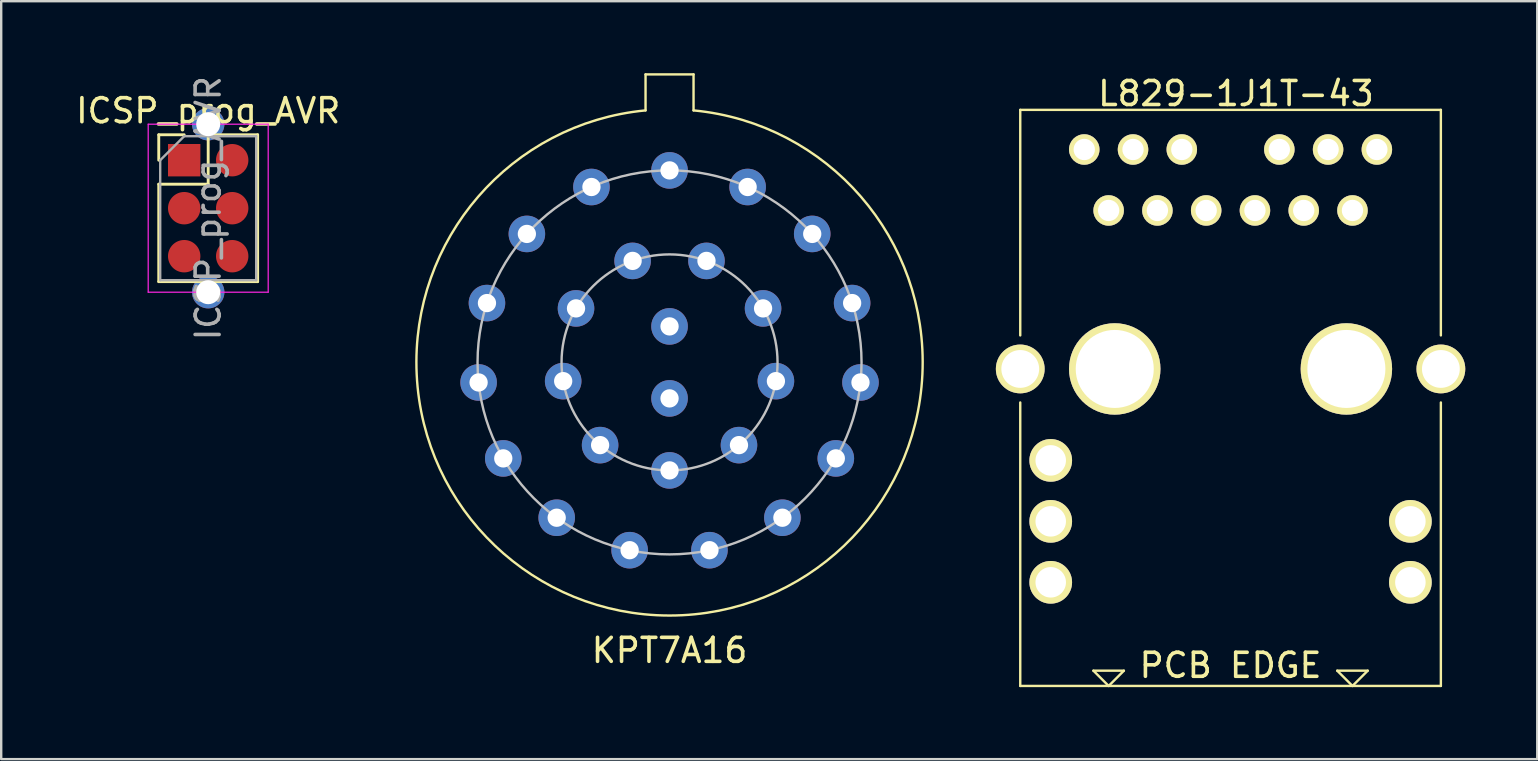
<source format=kicad_pcb>
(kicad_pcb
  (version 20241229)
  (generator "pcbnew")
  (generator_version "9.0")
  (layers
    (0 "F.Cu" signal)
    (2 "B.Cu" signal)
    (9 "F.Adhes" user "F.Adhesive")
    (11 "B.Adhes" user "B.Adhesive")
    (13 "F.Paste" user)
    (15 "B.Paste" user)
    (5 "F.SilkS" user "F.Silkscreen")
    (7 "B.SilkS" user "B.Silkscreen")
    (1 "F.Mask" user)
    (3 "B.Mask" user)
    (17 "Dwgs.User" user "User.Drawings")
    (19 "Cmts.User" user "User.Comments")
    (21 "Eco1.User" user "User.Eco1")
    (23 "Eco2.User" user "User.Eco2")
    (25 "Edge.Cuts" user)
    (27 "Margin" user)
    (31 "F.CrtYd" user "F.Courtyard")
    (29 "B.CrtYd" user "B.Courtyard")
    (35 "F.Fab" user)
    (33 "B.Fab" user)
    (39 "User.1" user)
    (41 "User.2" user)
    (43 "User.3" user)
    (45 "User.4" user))
  (footprint "L829-1J1T-43"
    (layer "F.Cu")
    (at 48.449 12.598)
    (property "Reference" "L829-1J1T-43" (at 0 -11.75 0) (layer "F.SilkS") (effects (font (size 1 1) (thickness 0.15))))
    (attr through_hole)
    (fp_line (start -8.988 -11.07) (end -8.988 -1.672) (stroke (width 0.1) (type solid)) (layer "F.SilkS"))
    (fp_line (start -8.988 12.933) (end -8.988 1.122) (stroke (width 0.1) (type solid)) (layer "F.SilkS"))
    (fp_line (start -5.94 12.298) (end -5.305 12.933) (stroke (width 0.1) (type solid)) (layer "F.SilkS"))
    (fp_line (start -5.305 12.933) (end -4.67 12.298) (stroke (width 0.1) (type solid)) (layer "F.SilkS"))
    (fp_line (start -4.67 12.298) (end -5.94 12.298) (stroke (width 0.1) (type solid)) (layer "F.SilkS"))
    (fp_line (start 4.22 12.298) (end 4.855 12.933) (stroke (width 0.1) (type solid)) (layer "F.SilkS"))
    (fp_line (start 4.855 12.933) (end 5.49 12.298) (stroke (width 0.1) (type solid)) (layer "F.SilkS"))
    (fp_line (start 5.49 12.298) (end 4.22 12.298) (stroke (width 0.1) (type solid)) (layer "F.SilkS"))
    (fp_line (start 8.538 -11.07) (end -8.988 -11.07) (stroke (width 0.1) (type solid)) (layer "F.SilkS"))
    (fp_line (start 8.538 -1.672) (end 8.538 -11.07) (stroke (width 0.1) (type solid)) (layer "F.SilkS"))
    (fp_line (start 8.538 1.122) (end 8.538 12.933) (stroke (width 0.1) (type solid)) (layer "F.SilkS"))
    (fp_line (start 8.538 12.933) (end -8.988 12.933) (stroke (width 0.1) (type solid)) (layer "F.SilkS"))
    (fp_text user "PCB EDGE" (at -0.225 12.075 180) (layer "F.SilkS") (effects (font (size 1 1) (thickness 0.15))))
    (pad "1" thru_hole circle (at 4.855 -6.879 180) (size 1.27 1.27) (drill 0.889) (layers "*.Cu" "*.Mask" "F.SilkS"))
    (pad "2" thru_hole circle (at 2.823 -6.879 180) (size 1.27 1.27) (drill 0.889) (layers "*.Cu" "*.Mask" "F.SilkS"))
    (pad "3" thru_hole circle (at 0.791 -6.879 180) (size 1.27 1.27) (drill 0.889) (layers "*.Cu" "*.Mask" "F.SilkS"))
    (pad "4" thru_hole circle (at -1.241 -6.879 180) (size 1.27 1.27) (drill 0.889) (layers "*.Cu" "*.Mask" "F.SilkS"))
    (pad "5" thru_hole circle (at -3.273 -6.879 180) (size 1.27 1.27) (drill 0.889) (layers "*.Cu" "*.Mask" "F.SilkS"))
    (pad "6" thru_hole circle (at -5.305 -6.879 180) (size 1.27 1.27) (drill 0.889) (layers "*.Cu" "*.Mask" "F.SilkS"))
    (pad "7" thru_hole circle (at 5.871 -9.419 180) (size 1.27 1.27) (drill 0.889) (layers "*.Cu" "*.Mask" "F.SilkS"))
    (pad "8" thru_hole circle (at 3.839 -9.419 180) (size 1.27 1.27) (drill 0.889) (layers "*.Cu" "*.Mask" "F.SilkS"))
    (pad "9" thru_hole circle (at 1.807 -9.419 180) (size 1.27 1.27) (drill 0.889) (layers "*.Cu" "*.Mask" "F.SilkS"))
    (pad "10" thru_hole circle (at -2.257 -9.419 180) (size 1.27 1.27) (drill 0.889) (layers "*.Cu" "*.Mask" "F.SilkS"))
    (pad "11" thru_hole circle (at -4.289 -9.419 180) (size 1.27 1.27) (drill 0.889) (layers "*.Cu" "*.Mask" "F.SilkS"))
    (pad "13" thru_hole circle (at -6.321 -9.419 180) (size 1.27 1.27) (drill 0.889) (layers "*.Cu" "*.Mask" "F.SilkS"))
    (pad "13" thru_hole circle (at 7.268 6.075 180) (size 1.778 1.778) (drill 1.27) (layers "*.Cu" "*.Mask" "F.SilkS"))
    (pad "14" thru_hole circle (at 7.268 8.615 180) (size 1.778 1.778) (drill 1.27) (layers "*.Cu" "*.Mask" "F.SilkS"))
    (pad "15" thru_hole circle (at -7.718 3.535 180) (size 1.778 1.778) (drill 1.27) (layers "*.Cu" "*.Mask" "F.SilkS"))
    (pad "16" thru_hole circle (at -7.718 6.075 180) (size 1.778 1.778) (drill 1.27) (layers "*.Cu" "*.Mask" "F.SilkS"))
    (pad "17" thru_hole circle (at -7.718 8.615 180) (size 1.778 1.778) (drill 1.27) (layers "*.Cu" "*.Mask" "F.SilkS"))
    (pad "18" thru_hole circle (at -8.988 -0.275 180) (size 2.032 2.032) (drill 1.575) (layers "*.Cu" "*.Mask" "F.SilkS"))
    (pad "18" thru_hole circle (at 8.538 -0.275 180) (size 2.032 2.032) (drill 1.575) (layers "*.Cu" "*.Mask" "F.SilkS"))
    (pad "M1" thru_hole circle (at 4.601 -0.275 180) (size 3.81 3.81) (drill 3.251) (layers "*.Cu" "*.Mask" "F.SilkS"))
    (pad "M2" thru_hole circle (at -5.051 -0.275 180) (size 3.81 3.81) (drill 3.251) (layers "*.Cu" "*.Mask" "F.SilkS")))
  (footprint "KPT7A16"
    (layer "F.Cu")
    (at 24.848 12.05)
    (property "Reference" "KPT7A16" (at 0 12 0) (layer "F.SilkS") (effects (font (size 1 1) (thickness 0.15))))
    (attr through_hole)
    (fp_line (start -1 -12) (end -1 -10.5) (stroke (width 0.1) (type solid)) (layer "F.SilkS"))
    (fp_line (start -1 -12) (end 1 -12) (stroke (width 0.1) (type solid)) (layer "F.SilkS"))
    (fp_line (start 1 -12) (end 1 -10.5) (stroke (width 0.1) (type solid)) (layer "F.SilkS"))
    (fp_arc (start 1 -10.5) (mid 0 10.547512) (end -1 -10.5) (stroke (width 0.1) (type solid)) (layer "F.SilkS"))
    (fp_circle (center 0 0) (end 0 -8) (stroke (width 0.1) (type solid)) (fill no) (layer "Dwgs.User"))
    (fp_circle (center 0 0) (end 0 4.5) (stroke (width 0.1) (type solid)) (fill no) (layer "Dwgs.User"))
    (pad "1" thru_hole circle (at 0 -8) (size 1.524 1.524) (drill 0.762) (layers "*.Cu" "*.Mask"))
    (pad "2" thru_hole circle (at -3.254 -7.308) (size 1.524 1.524) (drill 0.762) (layers "*.Cu" "*.Mask"))
    (pad "3" thru_hole circle (at -5.945 -5.353) (size 1.524 1.524) (drill 0.762) (layers "*.Cu" "*.Mask"))
    (pad "4" thru_hole circle (at -7.608 -2.472) (size 1.524 1.524) (drill 0.762) (layers "*.Cu" "*.Mask"))
    (pad "5" thru_hole circle (at -7.956 0.836) (size 1.524 1.524) (drill 0.762) (layers "*.Cu" "*.Mask"))
    (pad "6" thru_hole circle (at -6.928 4) (size 1.524 1.524) (drill 0.762) (layers "*.Cu" "*.Mask"))
    (pad "7" thru_hole circle (at -4.702 6.472) (size 1.524 1.524) (drill 0.762) (layers "*.Cu" "*.Mask"))
    (pad "8" thru_hole circle (at -1.663 7.825) (size 1.524 1.524) (drill 0.762) (layers "*.Cu" "*.Mask"))
    (pad "9" thru_hole circle (at 1.663 7.825) (size 1.524 1.524) (drill 0.762) (layers "*.Cu" "*.Mask"))
    (pad "10" thru_hole circle (at 4.702 6.472) (size 1.524 1.524) (drill 0.762) (layers "*.Cu" "*.Mask"))
    (pad "11" thru_hole circle (at 6.928 4) (size 1.524 1.524) (drill 0.762) (layers "*.Cu" "*.Mask"))
    (pad "12" thru_hole circle (at 7.956 0.836) (size 1.524 1.524) (drill 0.762) (layers "*.Cu" "*.Mask"))
    (pad "13" thru_hole circle (at 7.608 -2.472) (size 1.524 1.524) (drill 0.762) (layers "*.Cu" "*.Mask"))
    (pad "14" thru_hole circle (at 5.945 -5.353) (size 1.524 1.524) (drill 0.762) (layers "*.Cu" "*.Mask"))
    (pad "15" thru_hole circle (at 3.254 -7.308) (size 1.524 1.524) (drill 0.762) (layers "*.Cu" "*.Mask"))
    (pad "16" thru_hole circle (at 1.539 -4.229) (size 1.524 1.524) (drill 0.762) (layers "*.Cu" "*.Mask"))
    (pad "17" thru_hole circle (at -1.539 -4.229) (size 1.524 1.524) (drill 0.762) (layers "*.Cu" "*.Mask"))
    (pad "18" thru_hole circle (at -3.897 -2.25) (size 1.524 1.524) (drill 0.762) (layers "*.Cu" "*.Mask"))
    (pad "19" thru_hole circle (at -4.432 0.781) (size 1.524 1.524) (drill 0.762) (layers "*.Cu" "*.Mask"))
    (pad "20" thru_hole circle (at -2.893 3.447) (size 1.524 1.524) (drill 0.762) (layers "*.Cu" "*.Mask"))
    (pad "21" thru_hole circle (at 0 4.5) (size 1.524 1.524) (drill 0.762) (layers "*.Cu" "*.Mask"))
    (pad "22" thru_hole circle (at 2.893 3.447) (size 1.524 1.524) (drill 0.762) (layers "*.Cu" "*.Mask"))
    (pad "23" thru_hole circle (at 4.432 0.781) (size 1.524 1.524) (drill 0.762) (layers "*.Cu" "*.Mask"))
    (pad "24" thru_hole circle (at 3.897 -2.25) (size 1.524 1.524) (drill 0.762) (layers "*.Cu" "*.Mask"))
    (pad "25" thru_hole circle (at 0 -1.5) (size 1.524 1.524) (drill 0.762) (layers "*.Cu" "*.Mask"))
    (pad "26" thru_hole circle (at 0 1.5) (size 1.524 1.524) (drill 0.762) (layers "*.Cu" "*.Mask")))
  (footprint "ICSP_prog_AVR"
    (layer "F.Cu")
    (at 4.625 3.625)
    (property "Reference" "ICSP_prog_AVR" (at 1 -2.06 0) (layer "F.SilkS") (effects (font (size 1 1) (thickness 0.15))))
    (attr through_hole)
    (fp_line (start -1.06 -1.06) (end 0 -1.06) (stroke (width 0.12) (type solid)) (layer "F.SilkS"))
    (fp_line (start -1.06 0) (end -1.06 -1.06) (stroke (width 0.12) (type solid)) (layer "F.SilkS"))
    (fp_line (start -1.06 1) (end -1.06 5.06) (stroke (width 0.12) (type solid)) (layer "F.SilkS"))
    (fp_line (start -1.06 1) (end 1 1) (stroke (width 0.12) (type solid)) (layer "F.SilkS"))
    (fp_line (start -1.06 5.06) (end 3.06 5.06) (stroke (width 0.12) (type solid)) (layer "F.SilkS"))
    (fp_line (start 1 -1.06) (end 3.06 -1.06) (stroke (width 0.12) (type solid)) (layer "F.SilkS"))
    (fp_line (start 1 1) (end 1 -1.06) (stroke (width 0.12) (type solid)) (layer "F.SilkS"))
    (fp_line (start 3.06 -1.06) (end 3.06 5.06) (stroke (width 0.12) (type solid)) (layer "F.SilkS"))
    (fp_line (start -1.5 -1.5) (end -1.5 5.5) (stroke (width 0.05) (type solid)) (layer "F.CrtYd"))
    (fp_line (start -1.5 5.5) (end 3.5 5.5) (stroke (width 0.05) (type solid)) (layer "F.CrtYd"))
    (fp_line (start 3.5 -1.5) (end -1.5 -1.5) (stroke (width 0.05) (type solid)) (layer "F.CrtYd"))
    (fp_line (start 3.5 5.5) (end 3.5 -1.5) (stroke (width 0.05) (type solid)) (layer "F.CrtYd"))
    (fp_line (start -1 0) (end 0 -1) (stroke (width 0.1) (type solid)) (layer "F.Fab"))
    (fp_line (start -1 5) (end -1 0) (stroke (width 0.1) (type solid)) (layer "F.Fab"))
    (fp_line (start 0 -1) (end 3 -1) (stroke (width 0.1) (type solid)) (layer "F.Fab"))
    (fp_line (start 3 -1) (end 3 5) (stroke (width 0.1) (type solid)) (layer "F.Fab"))
    (fp_line (start 3 5) (end -1 5) (stroke (width 0.1) (type solid)) (layer "F.Fab"))
    (fp_text user "${REFERENCE}" (at 1 2 90) (layer "F.Fab") (effects (font (size 1 1) (thickness 0.15))))
    (pad "" np_thru_hole oval (at 1 -1.5) (size 1.35 1.35) (drill 1) (layers "*.Cu" "*.Mask"))
    (pad "" np_thru_hole oval (at 1 5.5) (size 1.35 1.35) (drill 1) (layers "*.Cu" "*.Mask"))
    (pad "1" smd rect (at 0 0) (size 1.35 1.35) (layers "F.Cu" "F.Mask"))
    (pad "2" smd oval (at 2 0) (size 1.35 1.35) (layers "F.Cu" "F.Mask"))
    (pad "3" smd oval (at 0 2) (size 1.35 1.35) (layers "F.Cu" "F.Mask"))
    (pad "4" smd oval (at 2 2) (size 1.35 1.35) (layers "F.Cu" "F.Mask"))
    (pad "5" smd oval (at 0 4) (size 1.35 1.35) (layers "F.Cu" "F.Mask"))
    (pad "6" smd oval (at 2 4) (size 1.35 1.35) (layers "F.Cu" "F.Mask")))
  (gr_rect
    (start -3 -3)
    (end 61.003 28.581)
    (stroke (width 0.1) (type default))
    (fill no)
    (layer "Edge.Cuts")))
</source>
